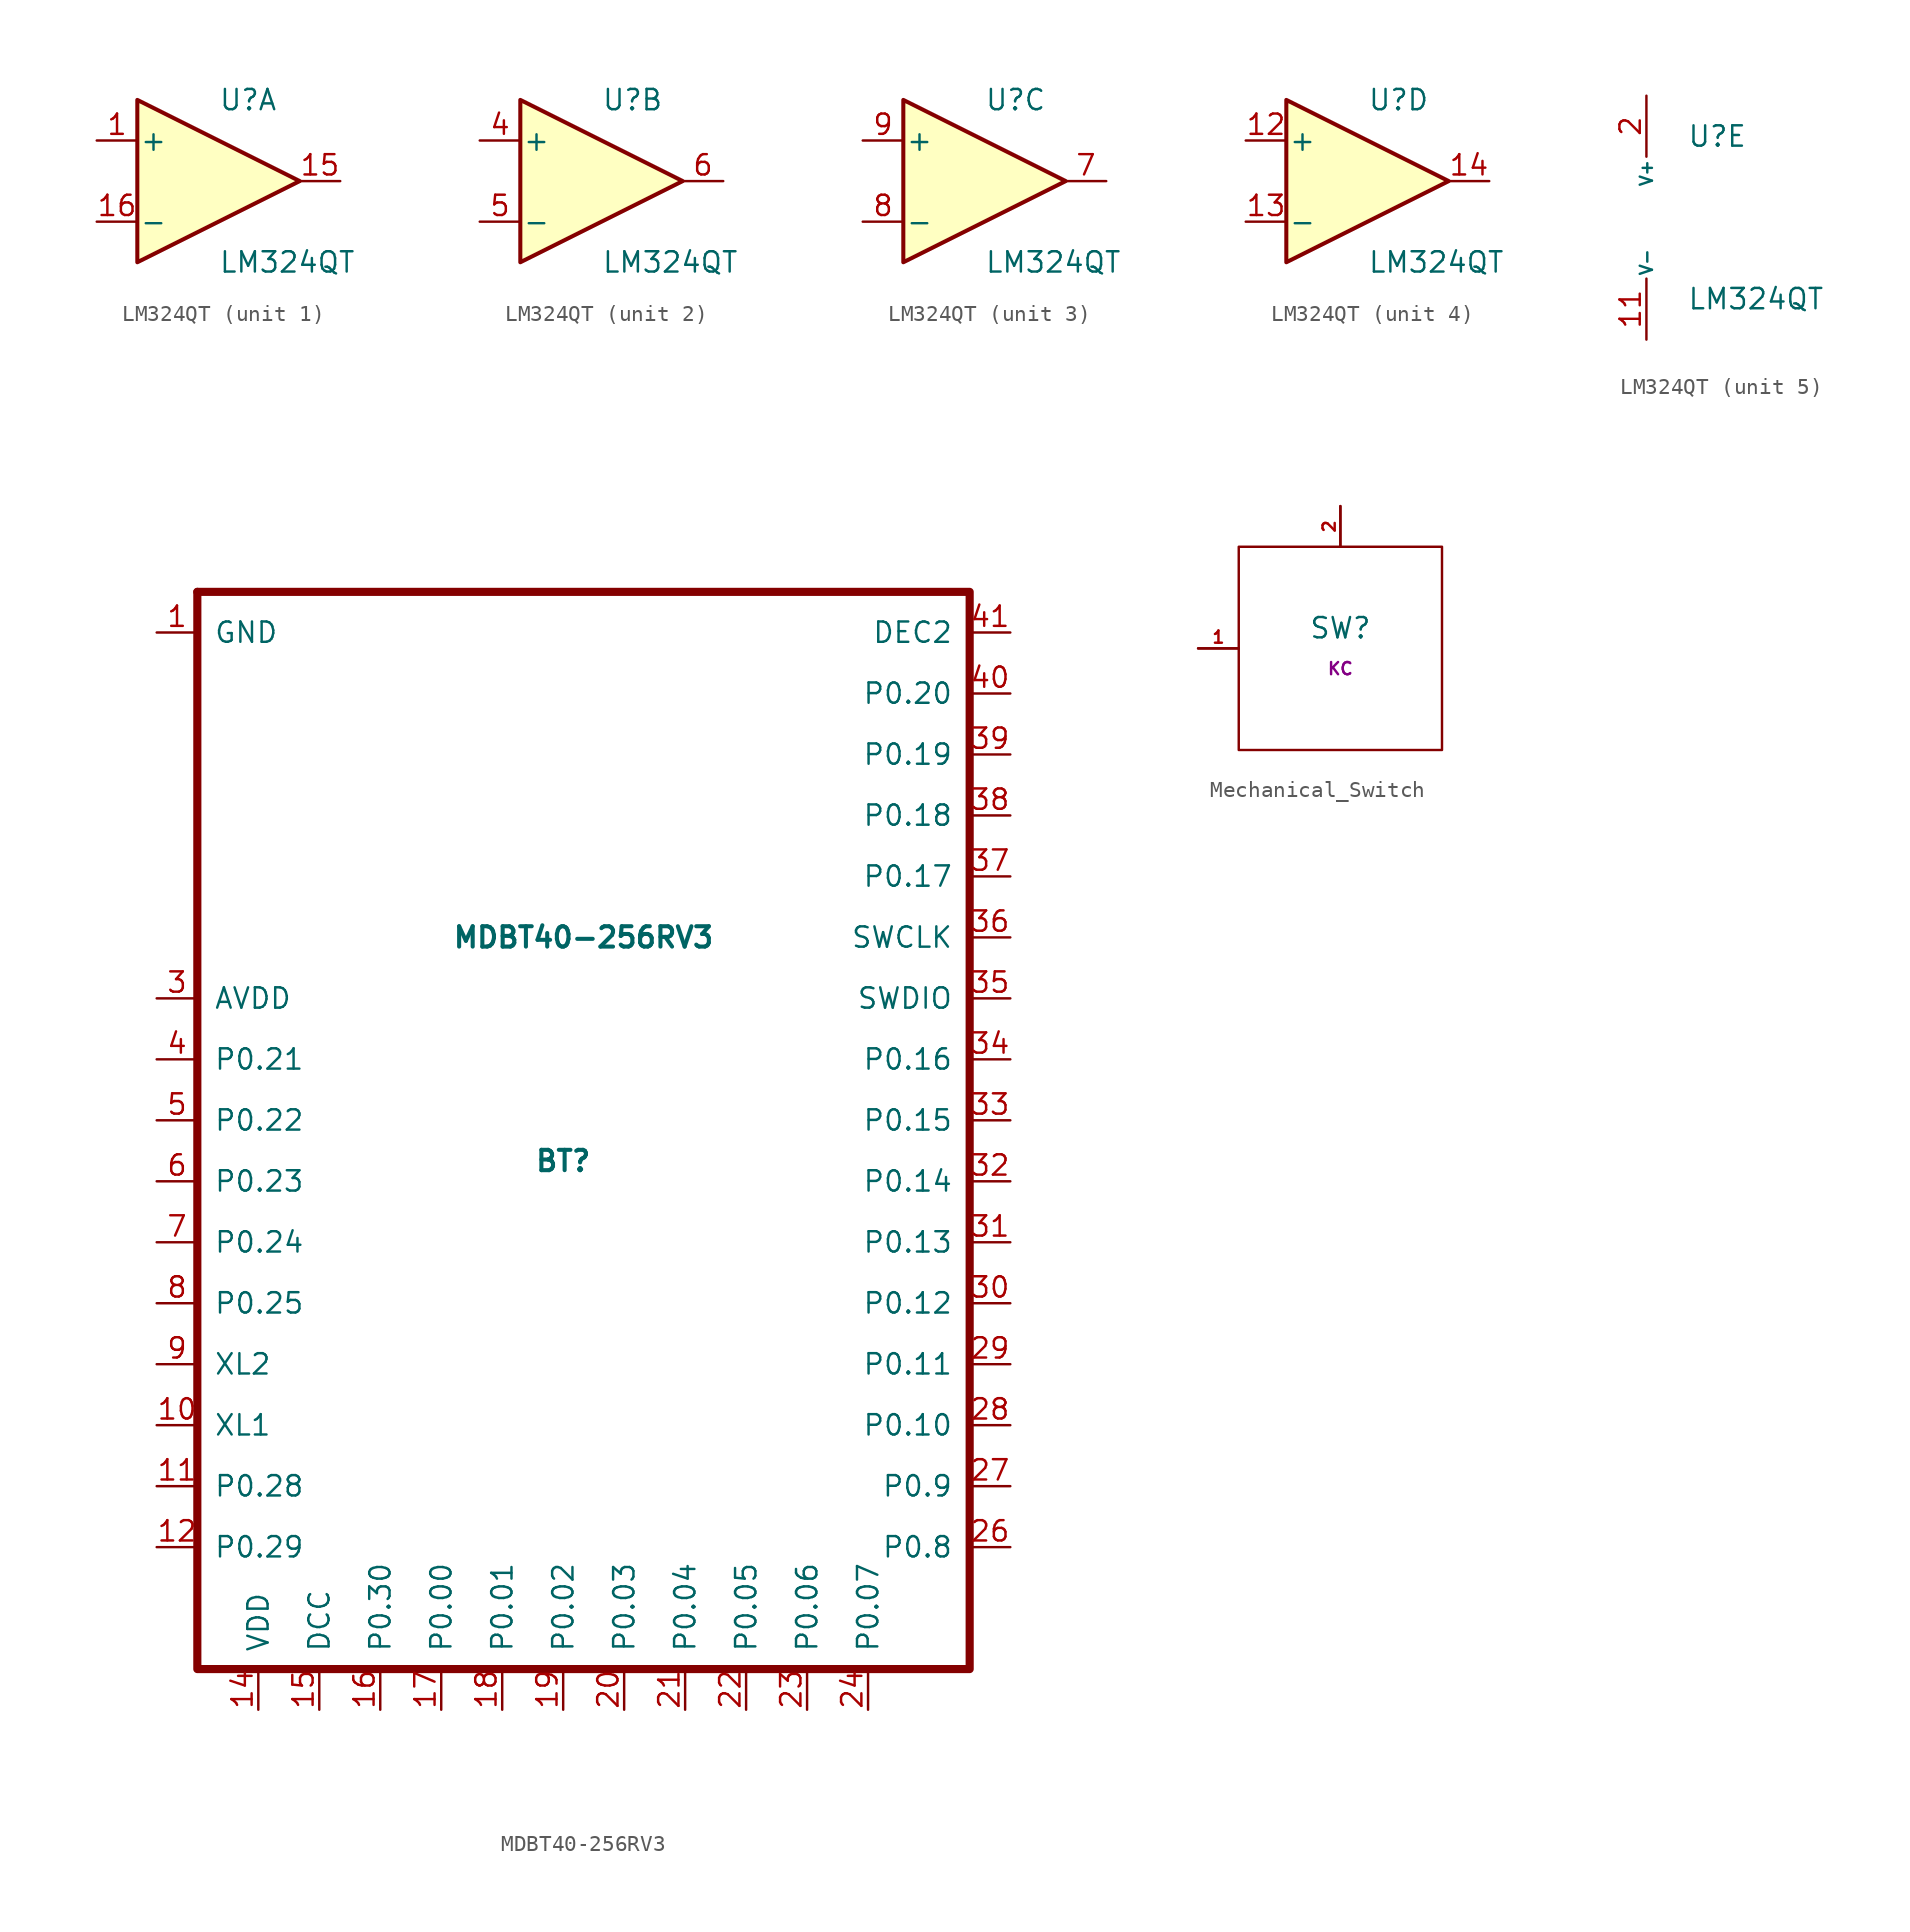
<source format=kicad_sym>
(kicad_symbol_lib
  (version 20211014)
  (generator kicad_symbol_editor)
  (symbol "acheron_Symbols:LM324QT"
    (pin_names
      (offset 0.127))
    (property "Reference" "U"
      (at 0 5.08 0)
      (effects (font (size 1.27 1.27)) (justify left)))
    (property "Value" "LM324QT"
      (at 0 -5.08 0)
      (effects (font (size 1.27 1.27)) (justify left)))
    (property "ki_locked" ""
      (at 0 0 0)
      (effects (font (size 1.27 1.27))))
    (symbol "LM324QT_1_1"
      (polyline (pts (xy -5.08 5.08) (xy 5.08 0) (xy -5.08 -5.08) (xy -5.08 5.08)) (stroke (width 0.254) (type default) (color 0 0 0 0)) (fill (type background)))
      (pin input line (at -7.62 2.54 0) (length 2.54) (name "+" (effects (font (size 1.27 1.27)))) (number "1" (effects (font (size 1.27 1.27)))))
      (pin output line (at 7.62 0 180) (length 2.54) (name "~" (effects (font (size 1.27 1.27)))) (number "15" (effects (font (size 1.27 1.27)))))
      (pin input line (at -7.62 -2.54 0) (length 2.54) (name "-" (effects (font (size 1.27 1.27)))) (number "16" (effects (font (size 1.27 1.27))))))
    (symbol "LM324QT_2_1"
      (polyline (pts (xy -5.08 5.08) (xy 5.08 0) (xy -5.08 -5.08) (xy -5.08 5.08)) (stroke (width 0.254) (type default) (color 0 0 0 0)) (fill (type background)))
      (pin input line (at -7.62 2.54 0) (length 2.54) (name "+" (effects (font (size 1.27 1.27)))) (number "4" (effects (font (size 1.27 1.27)))))
      (pin input line (at -7.62 -2.54 0) (length 2.54) (name "-" (effects (font (size 1.27 1.27)))) (number "5" (effects (font (size 1.27 1.27)))))
      (pin output line (at 7.62 0 180) (length 2.54) (name "~" (effects (font (size 1.27 1.27)))) (number "6" (effects (font (size 1.27 1.27))))))
    (symbol "LM324QT_3_1"
      (polyline (pts (xy -5.08 5.08) (xy 5.08 0) (xy -5.08 -5.08) (xy -5.08 5.08)) (stroke (width 0.254) (type default) (color 0 0 0 0)) (fill (type background)))
      (pin output line (at 7.62 0 180) (length 2.54) (name "~" (effects (font (size 1.27 1.27)))) (number "7" (effects (font (size 1.27 1.27)))))
      (pin input line (at -7.62 -2.54 0) (length 2.54) (name "-" (effects (font (size 1.27 1.27)))) (number "8" (effects (font (size 1.27 1.27)))))
      (pin input line (at -7.62 2.54 0) (length 2.54) (name "+" (effects (font (size 1.27 1.27)))) (number "9" (effects (font (size 1.27 1.27))))))
    (symbol "LM324QT_4_1"
      (polyline (pts (xy -5.08 5.08) (xy 5.08 0) (xy -5.08 -5.08) (xy -5.08 5.08)) (stroke (width 0.254) (type default) (color 0 0 0 0)) (fill (type background)))
      (pin input line (at -7.62 2.54 0) (length 2.54) (name "+" (effects (font (size 1.27 1.27)))) (number "12" (effects (font (size 1.27 1.27)))))
      (pin input line (at -7.62 -2.54 0) (length 2.54) (name "-" (effects (font (size 1.27 1.27)))) (number "13" (effects (font (size 1.27 1.27)))))
      (pin output line (at 7.62 0 180) (length 2.54) (name "~" (effects (font (size 1.27 1.27)))) (number "14" (effects (font (size 1.27 1.27))))))
    (symbol "LM324QT_5_1"
      (pin power_in line (at -2.54 -7.62 90) (length 3.81) (name "V-" (effects (font (size 0.762 0.762)))) (number "11" (effects (font (size 1.27 1.27)))))
      (pin power_in line (at -2.54 7.62 270) (length 3.81) (name "V+" (effects (font (size 0.762 0.762)))) (number "2" (effects (font (size 1.27 1.27)))))))
  (symbol "acheron_Symbols:MDBT40-256RV3"
    (pin_names
      (offset 1.016))
    (property "Reference" "BT"
      (at -1.27 -1.27 0)
      (effects (font (size 1.27 1.27) bold)))
    (property "Value" "MDBT40-256RV3"
      (at 0 12.7 0)
      (effects (font (size 1.27 1.27) bold)))
    (symbol "MDBT40-256RV3_0_1"
      (polyline (pts (xy -24.13 34.29) (xy -24.13 34.29)) (stroke (width 0) (type default) (color 0 0 0 0)) (fill (type none)))
      (polyline (pts (xy -20.32 -33.02) (xy -24.13 -33.02) (xy -24.13 34.29)) (stroke (width 0.508) (type default) (color 0 0 0 0)) (fill (type none)))
      (polyline (pts (xy -20.32 -33.02) (xy 24.13 -33.02) (xy 24.13 34.29) (xy -24.13 34.29)) (stroke (width 0.508) (type default) (color 0 0 0 0)) (fill (type none))))
    (symbol "MDBT40-256RV3_1_1"
      (pin input line (at -26.67 31.75 0) (length 2.54) (name "GND" (effects (font (size 1.27 1.27)))) (number "1" (effects (font (size 1.27 1.27)))))
      (pin input line (at -26.67 -17.78 0) (length 2.54) (name "XL1" (effects (font (size 1.27 1.27)))) (number "10" (effects (font (size 1.27 1.27)))))
      (pin input line (at -26.67 -21.59 0) (length 2.54) (name "P0.28" (effects (font (size 1.27 1.27)))) (number "11" (effects (font (size 1.27 1.27)))))
      (pin input line (at -26.67 -25.4 0) (length 2.54) (name "P0.29" (effects (font (size 1.27 1.27)))) (number "12" (effects (font (size 1.27 1.27)))))
      (pin input line (at -20.32 -35.56 90) (length 2.54) (name "VDD" (effects (font (size 1.27 1.27)))) (number "14" (effects (font (size 1.27 1.27)))))
      (pin input line (at -16.51 -35.56 90) (length 2.54) (name "DCC" (effects (font (size 1.27 1.27)))) (number "15" (effects (font (size 1.27 1.27)))))
      (pin input line (at -12.7 -35.56 90) (length 2.54) (name "P0.30" (effects (font (size 1.27 1.27)))) (number "16" (effects (font (size 1.27 1.27)))))
      (pin input line (at -8.89 -35.56 90) (length 2.54) (name "P0.00" (effects (font (size 1.27 1.27)))) (number "17" (effects (font (size 1.27 1.27)))))
      (pin input line (at -5.08 -35.56 90) (length 2.54) (name "P0.01" (effects (font (size 1.27 1.27)))) (number "18" (effects (font (size 1.27 1.27)))))
      (pin input line (at -1.27 -35.56 90) (length 2.54) (name "P0.02" (effects (font (size 1.27 1.27)))) (number "19" (effects (font (size 1.27 1.27)))))
      (pin input line (at 2.54 -35.56 90) (length 2.54) (name "P0.03" (effects (font (size 1.27 1.27)))) (number "20" (effects (font (size 1.27 1.27)))))
      (pin input line (at 6.35 -35.56 90) (length 2.54) (name "P0.04" (effects (font (size 1.27 1.27)))) (number "21" (effects (font (size 1.27 1.27)))))
      (pin input line (at 10.16 -35.56 90) (length 2.54) (name "P0.05" (effects (font (size 1.27 1.27)))) (number "22" (effects (font (size 1.27 1.27)))))
      (pin input line (at 13.97 -35.56 90) (length 2.54) (name "P0.06" (effects (font (size 1.27 1.27)))) (number "23" (effects (font (size 1.27 1.27)))))
      (pin input line (at 17.78 -35.56 90) (length 2.54) (name "P0.07" (effects (font (size 1.27 1.27)))) (number "24" (effects (font (size 1.27 1.27)))))
      (pin input line (at 26.67 -25.4 180) (length 2.54) (name "P0.8" (effects (font (size 1.27 1.27)))) (number "26" (effects (font (size 1.27 1.27)))))
      (pin input line (at 26.67 -21.59 180) (length 2.54) (name "P0.9" (effects (font (size 1.27 1.27)))) (number "27" (effects (font (size 1.27 1.27)))))
      (pin input line (at 26.67 -17.78 180) (length 2.54) (name "P0.10" (effects (font (size 1.27 1.27)))) (number "28" (effects (font (size 1.27 1.27)))))
      (pin input line (at 26.67 -13.97 180) (length 2.54) (name "P0.11" (effects (font (size 1.27 1.27)))) (number "29" (effects (font (size 1.27 1.27)))))
      (pin input line (at -26.67 8.89 0) (length 2.54) (name "AVDD" (effects (font (size 1.27 1.27)))) (number "3" (effects (font (size 1.27 1.27)))))
      (pin input line (at 26.67 -10.16 180) (length 2.54) (name "P0.12" (effects (font (size 1.27 1.27)))) (number "30" (effects (font (size 1.27 1.27)))))
      (pin input line (at 26.67 -6.35 180) (length 2.54) (name "P0.13" (effects (font (size 1.27 1.27)))) (number "31" (effects (font (size 1.27 1.27)))))
      (pin input line (at 26.67 -2.54 180) (length 2.54) (name "P0.14" (effects (font (size 1.27 1.27)))) (number "32" (effects (font (size 1.27 1.27)))))
      (pin input line (at 26.67 1.27 180) (length 2.54) (name "P0.15" (effects (font (size 1.27 1.27)))) (number "33" (effects (font (size 1.27 1.27)))))
      (pin input line (at 26.67 5.08 180) (length 2.54) (name "P0.16" (effects (font (size 1.27 1.27)))) (number "34" (effects (font (size 1.27 1.27)))))
      (pin input line (at 26.67 8.89 180) (length 2.54) (name "SWDIO" (effects (font (size 1.27 1.27)))) (number "35" (effects (font (size 1.27 1.27)))))
      (pin input line (at 26.67 12.7 180) (length 2.54) (name "SWCLK" (effects (font (size 1.27 1.27)))) (number "36" (effects (font (size 1.27 1.27)))))
      (pin input line (at 26.67 16.51 180) (length 2.54) (name "P0.17" (effects (font (size 1.27 1.27)))) (number "37" (effects (font (size 1.27 1.27)))))
      (pin input line (at 26.67 20.32 180) (length 2.54) (name "P0.18" (effects (font (size 1.27 1.27)))) (number "38" (effects (font (size 1.27 1.27)))))
      (pin input line (at 26.67 24.13 180) (length 2.54) (name "P0.19" (effects (font (size 1.27 1.27)))) (number "39" (effects (font (size 1.27 1.27)))))
      (pin input line (at -26.67 5.08 0) (length 2.54) (name "P0.21" (effects (font (size 1.27 1.27)))) (number "4" (effects (font (size 1.27 1.27)))))
      (pin input line (at 26.67 27.94 180) (length 2.54) (name "P0.20" (effects (font (size 1.27 1.27)))) (number "40" (effects (font (size 1.27 1.27)))))
      (pin input line (at 26.67 31.75 180) (length 2.54) (name "DEC2" (effects (font (size 1.27 1.27)))) (number "41" (effects (font (size 1.27 1.27)))))
      (pin input line (at -26.67 1.27 0) (length 2.54) (name "P0.22" (effects (font (size 1.27 1.27)))) (number "5" (effects (font (size 1.27 1.27)))))
      (pin input line (at -26.67 -2.54 0) (length 2.54) (name "P0.23" (effects (font (size 1.27 1.27)))) (number "6" (effects (font (size 1.27 1.27)))))
      (pin input line (at -26.67 -6.35 0) (length 2.54) (name "P0.24" (effects (font (size 1.27 1.27)))) (number "7" (effects (font (size 1.27 1.27)))))
      (pin input line (at -26.67 -10.16 0) (length 2.54) (name "P0.25" (effects (font (size 1.27 1.27)))) (number "8" (effects (font (size 1.27 1.27)))))
      (pin input line (at -26.67 -13.97 0) (length 2.54) (name "XL2" (effects (font (size 1.27 1.27)))) (number "9" (effects (font (size 1.27 1.27)))))))
  (symbol "acheron_Symbols:Mechanical_Switch"
    (pin_names
      (offset 1.016))
    (property "Reference" "SW"
      (at 0 1.27 0)
      (effects (font (size 1.27 1.27))))
    (property "Keycode" "KC"
      (at 0 -1.27 0)
      (effects (font (size 0.762 0.762))))
    (symbol "Mechanical_Switch_0_1"
      (rectangle (start -6.35 6.35) (end 6.35 -6.35) (stroke (width 0) (type default) (color 0 0 0 0)) (fill (type none)))
      (polyline (pts (xy -6.35 0) (xy -8.89 0)) (stroke (width 0) (type default) (color 0 0 0 0)) (fill (type none)))
      (polyline (pts (xy 0 6.35) (xy 0 8.89)) (stroke (width 0) (type default) (color 0 0 0 0)) (fill (type none))))
    (symbol "Mechanical_Switch_1_1"
      (pin bidirectional line (at -8.89 0 0) (length 2.54) (name "1" (effects (font (size 0 0)))) (number "1" (effects (font (size 0.762 0.762)))))
      (pin bidirectional line (at 0 8.89 270) (length 2.54) (name "2" (effects (font (size 0 0)))) (number "2" (effects (font (size 0.762 0.762))))))))
</source>
